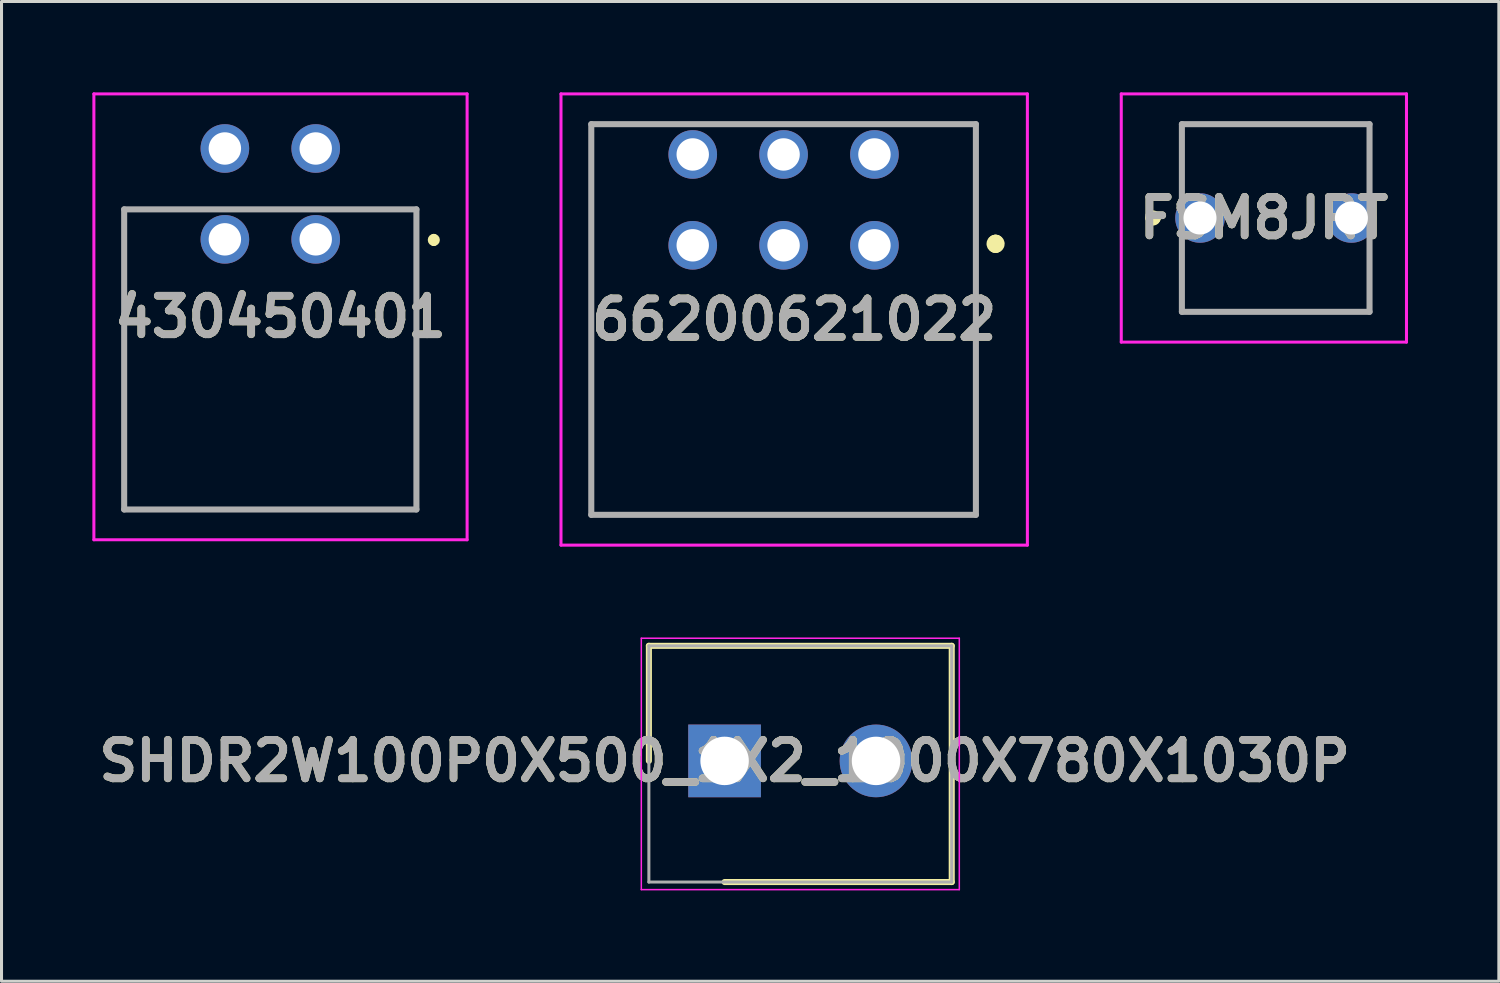
<source format=kicad_pcb>
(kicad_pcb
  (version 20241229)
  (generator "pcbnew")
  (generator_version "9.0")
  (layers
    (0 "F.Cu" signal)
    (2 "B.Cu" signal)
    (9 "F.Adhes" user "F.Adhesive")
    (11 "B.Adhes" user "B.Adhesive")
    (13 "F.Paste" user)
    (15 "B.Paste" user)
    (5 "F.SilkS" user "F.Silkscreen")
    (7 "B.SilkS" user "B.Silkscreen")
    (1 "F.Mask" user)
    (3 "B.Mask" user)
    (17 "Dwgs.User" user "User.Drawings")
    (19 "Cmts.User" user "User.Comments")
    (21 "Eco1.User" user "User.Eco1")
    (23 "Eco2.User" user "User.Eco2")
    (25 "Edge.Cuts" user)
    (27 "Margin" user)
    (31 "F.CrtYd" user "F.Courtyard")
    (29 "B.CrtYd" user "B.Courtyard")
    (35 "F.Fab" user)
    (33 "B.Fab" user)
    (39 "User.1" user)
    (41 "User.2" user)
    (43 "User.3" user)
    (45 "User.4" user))
  (footprint "66200621022"
    (layer "F.Cu")
    (at 25.824 5.05)
    (property "Reference" "66200621022" (at -2.65 2.45 0) (layer "F.SilkS") (effects (font (size 1.27 1.27) (thickness 0.254))))
    (attr through_hole)
    (fp_line (start -9.35 -4) (end 3.35 -4) (stroke (width 0.1) (type solid)) (layer "F.SilkS"))
    (fp_line (start -9.35 8.9) (end -9.35 -4) (stroke (width 0.1) (type solid)) (layer "F.SilkS"))
    (fp_line (start 3.35 -4) (end 3.35 8.9) (stroke (width 0.1) (type solid)) (layer "F.SilkS"))
    (fp_line (start 3.35 8.9) (end -9.35 8.9) (stroke (width 0.1) (type solid)) (layer "F.SilkS"))
    (fp_line (start 4 -0.1) (end 4 -0.1) (stroke (width 0.5) (type solid)) (layer "F.SilkS"))
    (fp_line (start 4 0) (end 4 0) (stroke (width 0.5) (type solid)) (layer "F.SilkS"))
    (fp_arc (start 4 -0.1) (mid 4.05 -0.05) (end 4 0) (stroke (width 0.5) (type solid)) (layer "F.SilkS"))
    (fp_arc (start 4 0) (mid 3.95 -0.05) (end 4 -0.1) (stroke (width 0.5) (type solid)) (layer "F.SilkS"))
    (fp_line (start -10.35 -5) (end 5.05 -5) (stroke (width 0.1) (type solid)) (layer "F.CrtYd"))
    (fp_line (start -10.35 9.9) (end -10.35 -5) (stroke (width 0.1) (type solid)) (layer "F.CrtYd"))
    (fp_line (start 5.05 -5) (end 5.05 9.9) (stroke (width 0.1) (type solid)) (layer "F.CrtYd"))
    (fp_line (start 5.05 9.9) (end -10.35 9.9) (stroke (width 0.1) (type solid)) (layer "F.CrtYd"))
    (fp_line (start -9.35 -4) (end 3.35 -4) (stroke (width 0.2) (type solid)) (layer "F.Fab"))
    (fp_line (start -9.35 8.9) (end -9.35 -4) (stroke (width 0.2) (type solid)) (layer "F.Fab"))
    (fp_line (start 3.35 -4) (end 3.35 8.9) (stroke (width 0.2) (type solid)) (layer "F.Fab"))
    (fp_line (start 3.35 8.9) (end -9.35 8.9) (stroke (width 0.2) (type solid)) (layer "F.Fab"))
    (fp_text user "${REFERENCE}" (at -2.65 2.45 0) (layer "F.Fab") (effects (font (size 1.27 1.27) (thickness 0.254))))
    (pad "" np_thru_hole circle (at -3 4.3) (size 0.001 0.001) (drill 3.05) (layers "*.Cu" "*.Mask"))
    (pad "1" thru_hole circle (at 0 0) (size 1.605 1.605) (drill 1.07) (layers "*.Cu" "*.Mask"))
    (pad "2" thru_hole circle (at -3 0) (size 1.605 1.605) (drill 1.07) (layers "*.Cu" "*.Mask"))
    (pad "3" thru_hole circle (at -6 0) (size 1.605 1.605) (drill 1.07) (layers "*.Cu" "*.Mask"))
    (pad "4" thru_hole circle (at 0 -3) (size 1.605 1.605) (drill 1.07) (layers "*.Cu" "*.Mask"))
    (pad "5" thru_hole circle (at -3 -3) (size 1.605 1.605) (drill 1.07) (layers "*.Cu" "*.Mask"))
    (pad "6" thru_hole circle (at -6 -3) (size 1.605 1.605) (drill 1.07) (layers "*.Cu" "*.Mask")))
  (footprint "SHDR2W100P0X500_1X2_1000X780X1030P"
    (layer "F.Cu")
    (at 20.876 22.075)
    (property "Reference" "SHDR2W100P0X500_1X2_1000X780X1030P" (at 0 0 0) (layer "F.SilkS") (effects (font (size 1.27 1.27) (thickness 0.254))))
    (attr through_hole)
    (fp_line (start -2.5 -3.8) (end -2.5 0) (stroke (width 0.2) (type solid)) (layer "F.SilkS"))
    (fp_line (start 0 4) (end 7.5 4) (stroke (width 0.2) (type solid)) (layer "F.SilkS"))
    (fp_line (start 7.5 -3.8) (end -2.5 -3.8) (stroke (width 0.2) (type solid)) (layer "F.SilkS"))
    (fp_line (start 7.5 4) (end 7.5 -3.8) (stroke (width 0.2) (type solid)) (layer "F.SilkS"))
    (fp_line (start -2.75 -4.05) (end 7.75 -4.05) (stroke (width 0.05) (type solid)) (layer "F.CrtYd"))
    (fp_line (start -2.75 4.25) (end -2.75 -4.05) (stroke (width 0.05) (type solid)) (layer "F.CrtYd"))
    (fp_line (start 7.75 -4.05) (end 7.75 4.25) (stroke (width 0.05) (type solid)) (layer "F.CrtYd"))
    (fp_line (start 7.75 4.25) (end -2.75 4.25) (stroke (width 0.05) (type solid)) (layer "F.CrtYd"))
    (fp_line (start -2.5 -3.8) (end 7.5 -3.8) (stroke (width 0.1) (type solid)) (layer "F.Fab"))
    (fp_line (start -2.5 4) (end -2.5 -3.8) (stroke (width 0.1) (type solid)) (layer "F.Fab"))
    (fp_line (start 7.5 -3.8) (end 7.5 4) (stroke (width 0.1) (type solid)) (layer "F.Fab"))
    (fp_line (start 7.5 4) (end -2.5 4) (stroke (width 0.1) (type solid)) (layer "F.Fab"))
    (fp_text user "${REFERENCE}" (at 0 0 0) (layer "F.Fab") (effects (font (size 1.27 1.27) (thickness 0.254))))
    (pad "1" thru_hole rect (at 0 0) (size 2.4 2.4) (drill 1.6) (layers "*.Cu" "*.Mask"))
    (pad "2" thru_hole circle (at 5 0) (size 2.4 2.4) (drill 1.6) (layers "*.Cu" "*.Mask")))
  (footprint "430450401"
    (layer "F.Cu")
    (at 6.212 7.813)
    (property "Reference" "430450401" (at 0 -0.401 0) (layer "F.SilkS") (effects (font (size 1.27 1.27) (thickness 0.254))))
    (attr through_hole)
    (fp_line (start -5.162 -3.95) (end 4.488 -3.95) (stroke (width 0.1) (type solid)) (layer "F.SilkS"))
    (fp_line (start -5.162 5.96) (end -5.162 -3.95) (stroke (width 0.1) (type solid)) (layer "F.SilkS"))
    (fp_line (start 4.488 -3.95) (end 4.488 5.96) (stroke (width 0.1) (type solid)) (layer "F.SilkS"))
    (fp_line (start 4.488 5.96) (end -5.162 5.96) (stroke (width 0.1) (type solid)) (layer "F.SilkS"))
    (fp_line (start 5.063 -3.04) (end 5.063 -3.04) (stroke (width 0.2) (type solid)) (layer "F.SilkS"))
    (fp_line (start 5.063 -2.84) (end 5.063 -2.84) (stroke (width 0.2) (type solid)) (layer "F.SilkS"))
    (fp_arc (start 5.063 -3.04) (mid 5.1625 -2.9395) (end 5.062 -2.84) (stroke (width 0.2) (type solid)) (layer "F.SilkS"))
    (fp_arc (start 5.063 -2.84) (mid 4.9625 -2.9395) (end 5.062 -3.04) (stroke (width 0.2) (type solid)) (layer "F.SilkS"))
    (fp_line (start -6.162 -7.763) (end 6.162 -7.763) (stroke (width 0.1) (type solid)) (layer "F.CrtYd"))
    (fp_line (start -6.162 6.96) (end -6.162 -7.763) (stroke (width 0.1) (type solid)) (layer "F.CrtYd"))
    (fp_line (start 6.162 -7.763) (end 6.162 6.96) (stroke (width 0.1) (type solid)) (layer "F.CrtYd"))
    (fp_line (start 6.162 6.96) (end -6.162 6.96) (stroke (width 0.1) (type solid)) (layer "F.CrtYd"))
    (fp_line (start -5.162 -3.95) (end 4.488 -3.95) (stroke (width 0.2) (type solid)) (layer "F.Fab"))
    (fp_line (start -5.162 5.96) (end -5.162 -3.95) (stroke (width 0.2) (type solid)) (layer "F.Fab"))
    (fp_line (start 4.488 -3.95) (end 4.488 5.96) (stroke (width 0.2) (type solid)) (layer "F.Fab"))
    (fp_line (start 4.488 5.96) (end -5.162 5.96) (stroke (width 0.2) (type solid)) (layer "F.Fab"))
    (fp_text user "${REFERENCE}" (at 0 -0.401 0) (layer "F.Fab") (effects (font (size 1.27 1.27) (thickness 0.254))))
    (pad "" np_thru_hole circle (at -0.337 1.36) (size 0.001 0.001) (drill 3.05) (layers "*.Cu" "*.Mask"))
    (pad "1" thru_hole circle (at 1.163 -2.96) (size 1.605 1.605) (drill 1.07) (layers "*.Cu" "*.Mask"))
    (pad "2" thru_hole circle (at -1.837 -2.96) (size 1.605 1.605) (drill 1.07) (layers "*.Cu" "*.Mask"))
    (pad "3" thru_hole circle (at 1.163 -5.96) (size 1.605 1.605) (drill 1.07) (layers "*.Cu" "*.Mask"))
    (pad "4" thru_hole circle (at -1.837 -5.96) (size 1.605 1.605) (drill 1.07) (layers "*.Cu" "*.Mask")))
  (footprint "FSM8JRT"
    (layer "F.Cu")
    (at 36.574 4.148)
    (property "Reference" "FSM8JRT" (at 2.109 0 0) (layer "F.SilkS") (effects (font (size 1.27 1.27) (thickness 0.254))))
    (attr through_hole)
    (fp_line (start -1.6 0) (end -1.6 0) (stroke (width 0.4) (type solid)) (layer "F.SilkS"))
    (fp_line (start -1.5 0) (end -1.5 0) (stroke (width 0.4) (type solid)) (layer "F.SilkS"))
    (fp_line (start -0.598 -3.098) (end 5.598 -3.098) (stroke (width 0.1) (type solid)) (layer "F.SilkS"))
    (fp_line (start -0.598 3.098) (end 5.598 3.098) (stroke (width 0.1) (type solid)) (layer "F.SilkS"))
    (fp_arc (start -1.6 0) (mid -1.55 -0.05) (end -1.5 0) (stroke (width 0.4) (type solid)) (layer "F.SilkS"))
    (fp_arc (start -1.5 0) (mid -1.55 0.05) (end -1.6 0) (stroke (width 0.4) (type solid)) (layer "F.SilkS"))
    (fp_line (start -2.6 -4.098) (end 6.818 -4.098) (stroke (width 0.1) (type solid)) (layer "F.CrtYd"))
    (fp_line (start -2.6 4.098) (end -2.6 -4.098) (stroke (width 0.1) (type solid)) (layer "F.CrtYd"))
    (fp_line (start 6.818 -4.098) (end 6.818 4.098) (stroke (width 0.1) (type solid)) (layer "F.CrtYd"))
    (fp_line (start 6.818 4.098) (end -2.6 4.098) (stroke (width 0.1) (type solid)) (layer "F.CrtYd"))
    (fp_line (start -0.598 -3.098) (end 5.598 -3.098) (stroke (width 0.2) (type solid)) (layer "F.Fab"))
    (fp_line (start -0.598 3.098) (end -0.598 -3.098) (stroke (width 0.2) (type solid)) (layer "F.Fab"))
    (fp_line (start 5.598 -3.098) (end 5.598 3.098) (stroke (width 0.2) (type solid)) (layer "F.Fab"))
    (fp_line (start 5.598 3.098) (end -0.598 3.098) (stroke (width 0.2) (type solid)) (layer "F.Fab"))
    (fp_text user "${REFERENCE}" (at 2.109 0 0) (layer "F.Fab") (effects (font (size 1.27 1.27) (thickness 0.254))))
    (pad "1" thru_hole circle (at 0 0) (size 1.635 1.635) (drill 1.09) (layers "*.Cu" "*.Mask"))
    (pad "2" thru_hole circle (at 5 0) (size 1.635 1.635) (drill 1.09) (layers "*.Cu" "*.Mask")))
  (gr_rect
    (start -3 -3)
    (end 46.442 29.35)
    (stroke (width 0.1) (type default))
    (fill no)
    (layer "Edge.Cuts")))
</source>
